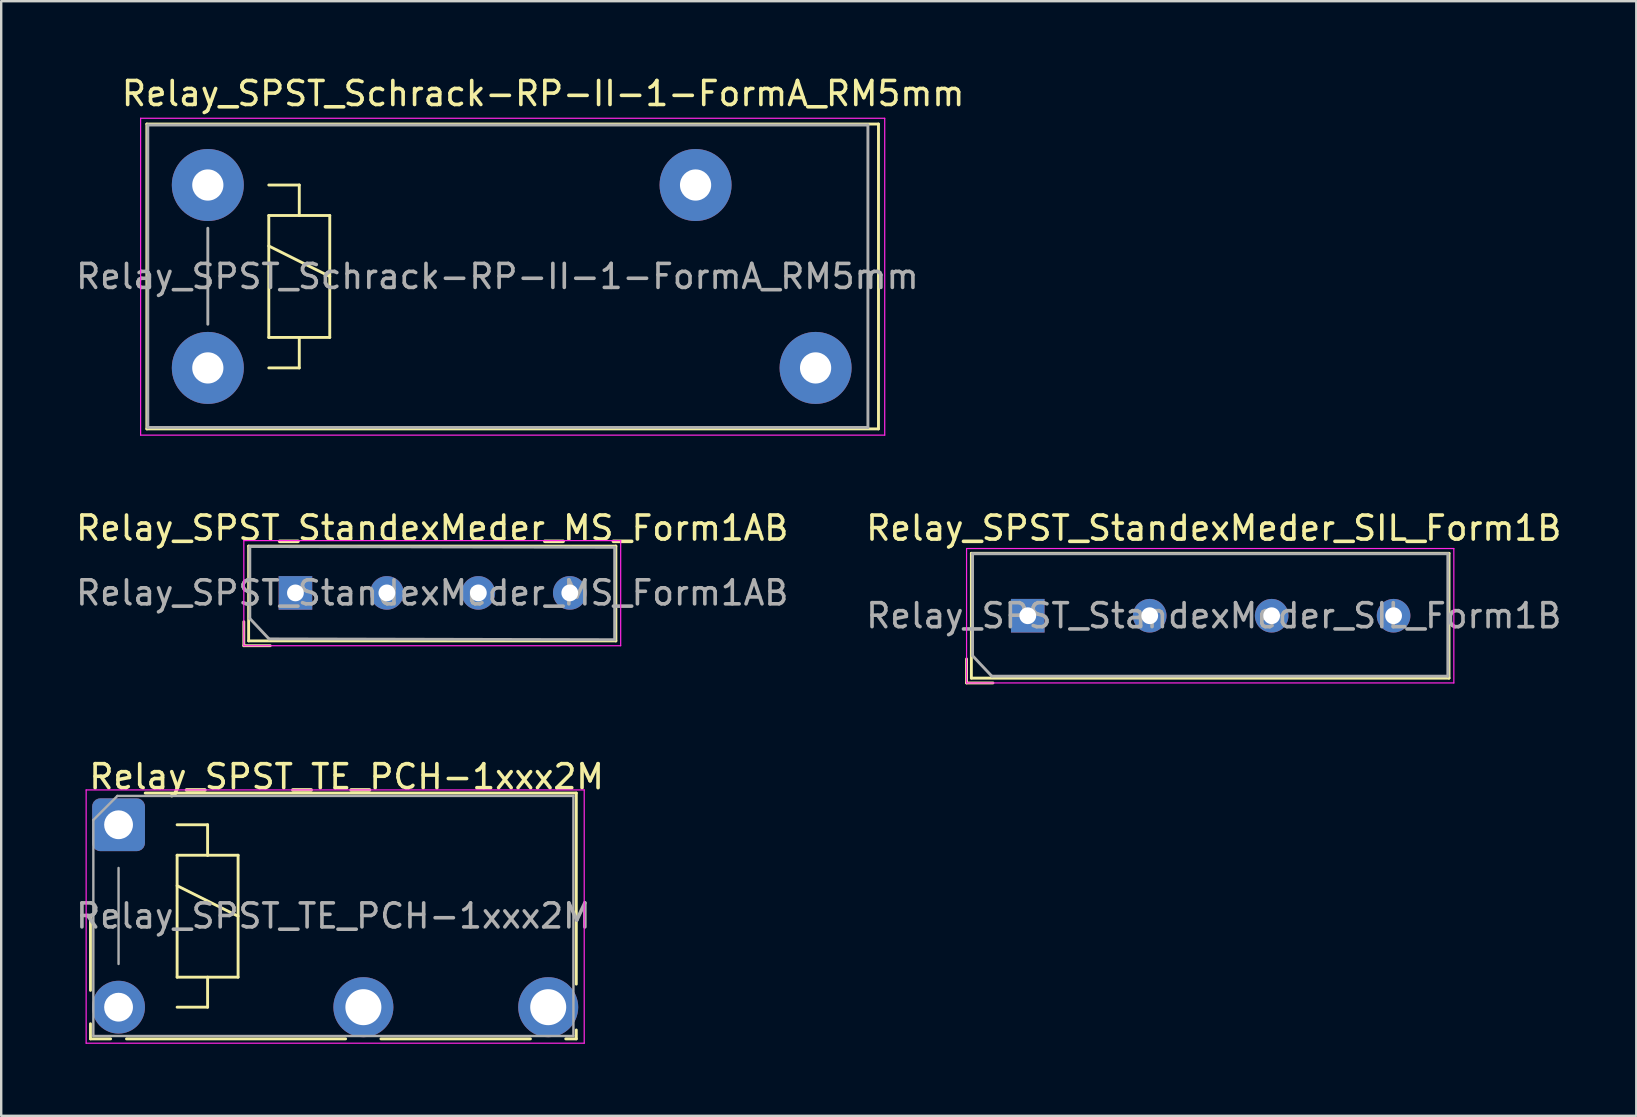
<source format=kicad_pcb>
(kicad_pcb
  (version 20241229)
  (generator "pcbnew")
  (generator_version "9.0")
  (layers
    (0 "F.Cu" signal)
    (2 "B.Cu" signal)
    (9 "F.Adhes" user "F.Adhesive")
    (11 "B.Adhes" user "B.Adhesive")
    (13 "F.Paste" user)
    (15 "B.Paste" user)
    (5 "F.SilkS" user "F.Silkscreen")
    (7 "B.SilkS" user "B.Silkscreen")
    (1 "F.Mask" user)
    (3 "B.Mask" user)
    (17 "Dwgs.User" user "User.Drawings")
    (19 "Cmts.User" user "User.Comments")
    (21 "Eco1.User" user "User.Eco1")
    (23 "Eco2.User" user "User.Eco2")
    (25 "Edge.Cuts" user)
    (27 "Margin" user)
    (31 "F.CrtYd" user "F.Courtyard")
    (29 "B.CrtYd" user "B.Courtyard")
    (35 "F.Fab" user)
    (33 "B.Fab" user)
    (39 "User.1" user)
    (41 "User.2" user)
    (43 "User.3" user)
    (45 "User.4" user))
  (footprint "Relay_SPST_StandexMeder_SIL_Form1B"
    (layer "F.Cu")
    (at 39.768 22.602)
    (property "Reference" "Relay_SPST_StandexMeder_SIL_Form1B" (at 7.75 -3.65 0) (layer "F.SilkS") (effects (font (size 1 1) (thickness 0.15))))
    (attr through_hole)
    (fp_line (start -2.55 2.8) (end -2.55 1.8) (stroke (width 0.12) (type solid)) (layer "F.SilkS"))
    (fp_line (start -2.35 -2.6) (end 17.55 -2.6) (stroke (width 0.12) (type solid)) (layer "F.SilkS"))
    (fp_line (start -2.35 2.6) (end -2.35 -2.6) (stroke (width 0.12) (type solid)) (layer "F.SilkS"))
    (fp_line (start -1.45 2.8) (end -2.55 2.8) (stroke (width 0.12) (type solid)) (layer "F.SilkS"))
    (fp_line (start 17.55 -2.6) (end 17.55 2.6) (stroke (width 0.12) (type solid)) (layer "F.SilkS"))
    (fp_line (start 17.55 2.6) (end -2.35 2.6) (stroke (width 0.12) (type solid)) (layer "F.SilkS"))
    (fp_line (start -2.55 -2.8) (end -2.55 2.8) (stroke (width 0.05) (type solid)) (layer "F.CrtYd"))
    (fp_line (start -2.55 -2.8) (end 17.75 -2.8) (stroke (width 0.05) (type solid)) (layer "F.CrtYd"))
    (fp_line (start 17.75 2.8) (end -2.55 2.8) (stroke (width 0.05) (type solid)) (layer "F.CrtYd"))
    (fp_line (start 17.75 2.8) (end 17.75 -2.8) (stroke (width 0.05) (type solid)) (layer "F.CrtYd"))
    (fp_line (start -2.3 -2.583) (end 17.5 -2.583) (stroke (width 0.12) (type solid)) (layer "F.Fab"))
    (fp_line (start -2.3 1.667) (end -2.3 -2.583) (stroke (width 0.12) (type solid)) (layer "F.Fab"))
    (fp_line (start -1.5 2.517) (end -2.3 1.667) (stroke (width 0.12) (type solid)) (layer "F.Fab"))
    (fp_line (start 17.5 -2.583) (end 17.5 2.517) (stroke (width 0.12) (type solid)) (layer "F.Fab"))
    (fp_line (start 17.5 2.517) (end -1.5 2.517) (stroke (width 0.12) (type solid)) (layer "F.Fab"))
    (fp_text user "${REFERENCE}" (at 7.75 0 0) (layer "F.Fab") (effects (font (size 1 1) (thickness 0.15))))
    (pad "1" thru_hole rect (at 0 0) (size 1.4 1.4) (drill 0.7) (layers "*.Cu" "*.Mask"))
    (pad "3" thru_hole circle (at 5.08 0) (size 1.4 1.4) (drill 0.7) (layers "*.Cu" "*.Mask"))
    (pad "5" thru_hole circle (at 10.16 0) (size 1.4 1.4) (drill 0.7) (layers "*.Cu" "*.Mask"))
    (pad "7" thru_hole circle (at 15.24 0) (size 1.4 1.4) (drill 0.7) (layers "*.Cu" "*.Mask")))
  (footprint "Relay_SPST_StandexMeder_MS_Form1AB"
    (layer "F.Cu")
    (at 9.258 21.651)
    (property "Reference" "Relay_SPST_StandexMeder_MS_Form1AB" (at 5.7 -2.7 0) (layer "F.SilkS") (effects (font (size 1 1) (thickness 0.15))))
    (attr through_hole)
    (fp_line (start -2.15 2.2) (end -2.15 1.2) (stroke (width 0.12) (type solid)) (layer "F.SilkS"))
    (fp_line (start -1.95 -1.95) (end 13.35 -1.95) (stroke (width 0.12) (type solid)) (layer "F.SilkS"))
    (fp_line (start -1.95 2) (end -1.95 -1.95) (stroke (width 0.12) (type solid)) (layer "F.SilkS"))
    (fp_line (start -1.05 2.2) (end -2.15 2.2) (stroke (width 0.12) (type solid)) (layer "F.SilkS"))
    (fp_line (start 13.35 -1.95) (end 13.35 2) (stroke (width 0.12) (type solid)) (layer "F.SilkS"))
    (fp_line (start 13.35 2) (end -1.95 2) (stroke (width 0.12) (type solid)) (layer "F.SilkS"))
    (fp_line (start -2.15 -2.18) (end -2.15 2.2) (stroke (width 0.05) (type solid)) (layer "F.CrtYd"))
    (fp_line (start -2.15 -2.18) (end 13.55 -2.18) (stroke (width 0.05) (type solid)) (layer "F.CrtYd"))
    (fp_line (start 13.55 2.2) (end -2.15 2.2) (stroke (width 0.05) (type solid)) (layer "F.CrtYd"))
    (fp_line (start 13.55 2.2) (end 13.55 -2.18) (stroke (width 0.05) (type solid)) (layer "F.CrtYd"))
    (fp_line (start -1.9 -1.933) (end 13.3 -1.9) (stroke (width 0.12) (type solid)) (layer "F.Fab"))
    (fp_line (start -1.9 1.067) (end -1.9 -1.9) (stroke (width 0.12) (type solid)) (layer "F.Fab"))
    (fp_line (start -1.1 1.917) (end -1.9 1.067) (stroke (width 0.12) (type solid)) (layer "F.Fab"))
    (fp_line (start 13.3 -1.9) (end 13.3 1.95) (stroke (width 0.12) (type solid)) (layer "F.Fab"))
    (fp_line (start 13.3 1.95) (end -1.1 1.917) (stroke (width 0.12) (type solid)) (layer "F.Fab"))
    (fp_text user "${REFERENCE}" (at 5.7 0 0) (layer "F.Fab") (effects (font (size 1 1) (thickness 0.15))))
    (pad "1" thru_hole rect (at 0 0) (size 1.4 1.4) (drill 0.7) (layers "*.Cu" "*.Mask"))
    (pad "3" thru_hole circle (at 3.81 0) (size 1.4 1.4) (drill 0.7) (layers "*.Cu" "*.Mask"))
    (pad "5" thru_hole circle (at 7.62 0) (size 1.4 1.4) (drill 0.7) (layers "*.Cu" "*.Mask"))
    (pad "7" thru_hole circle (at 11.43 0) (size 1.4 1.4) (drill 0.7) (layers "*.Cu" "*.Mask")))
  (footprint "Relay_SPST_Schrack-RP-II-1-FormA_RM5mm"
    (layer "F.Cu")
    (at 5.608 4.658)
    (property "Reference" "Relay_SPST_Schrack-RP-II-1-FormA_RM5mm" (at 13.97 -3.81 0) (layer "F.SilkS") (effects (font (size 1 1) (thickness 0.15))))
    (attr through_hole)
    (fp_line (start -2.54 -2.54) (end 27.94 -2.54) (stroke (width 0.12) (type solid)) (layer "F.SilkS"))
    (fp_line (start -2.54 10.16) (end -2.54 -2.54) (stroke (width 0.12) (type solid)) (layer "F.SilkS"))
    (fp_line (start 2.54 0) (end 3.81 0) (stroke (width 0.12) (type solid)) (layer "F.SilkS"))
    (fp_line (start 2.54 1.27) (end 3.81 1.27) (stroke (width 0.12) (type solid)) (layer "F.SilkS"))
    (fp_line (start 2.54 2.54) (end 5.08 3.81) (stroke (width 0.12) (type solid)) (layer "F.SilkS"))
    (fp_line (start 2.54 6.35) (end 2.54 1.27) (stroke (width 0.12) (type solid)) (layer "F.SilkS"))
    (fp_line (start 3.81 0) (end 3.81 1.27) (stroke (width 0.12) (type solid)) (layer "F.SilkS"))
    (fp_line (start 3.81 1.27) (end 5.08 1.27) (stroke (width 0.12) (type solid)) (layer "F.SilkS"))
    (fp_line (start 3.81 6.35) (end 3.81 7.62) (stroke (width 0.12) (type solid)) (layer "F.SilkS"))
    (fp_line (start 3.81 7.62) (end 2.54 7.62) (stroke (width 0.12) (type solid)) (layer "F.SilkS"))
    (fp_line (start 5.08 1.27) (end 5.08 6.35) (stroke (width 0.12) (type solid)) (layer "F.SilkS"))
    (fp_line (start 5.08 6.35) (end 2.54 6.35) (stroke (width 0.12) (type solid)) (layer "F.SilkS"))
    (fp_line (start 27.94 -2.54) (end 27.94 10.16) (stroke (width 0.12) (type solid)) (layer "F.SilkS"))
    (fp_line (start 27.94 10.16) (end -2.54 10.16) (stroke (width 0.12) (type solid)) (layer "F.SilkS"))
    (fp_line (start -2.8 -2.78) (end 28.2 -2.78) (stroke (width 0.05) (type solid)) (layer "F.CrtYd"))
    (fp_line (start -2.8 10.42) (end -2.8 -2.78) (stroke (width 0.05) (type solid)) (layer "F.CrtYd"))
    (fp_line (start 28.2 -2.78) (end 28.2 10.42) (stroke (width 0.05) (type solid)) (layer "F.CrtYd"))
    (fp_line (start 28.2 10.42) (end -2.8 10.42) (stroke (width 0.05) (type solid)) (layer "F.CrtYd"))
    (fp_line (start -2.5 -2.5) (end 27.5 -2.5) (stroke (width 0.12) (type solid)) (layer "F.Fab"))
    (fp_line (start -2.5 10.1) (end -2.5 -2.5) (stroke (width 0.12) (type solid)) (layer "F.Fab"))
    (fp_line (start 0 1.8) (end 0 5.8) (stroke (width 0.12) (type solid)) (layer "F.Fab"))
    (fp_line (start 27.5 -2.5) (end 27.5 10.1) (stroke (width 0.12) (type solid)) (layer "F.Fab"))
    (fp_line (start 27.5 10.1) (end -2.5 10.1) (stroke (width 0.12) (type solid)) (layer "F.Fab"))
    (fp_text user "${REFERENCE}" (at 12.065 3.81 0) (layer "F.Fab") (effects (font (size 1 1) (thickness 0.15))))
    (pad "11" thru_hole circle (at 20.32 0) (size 3 3) (drill 1.3) (layers "*.Cu" "*.Mask"))
    (pad "14" thru_hole circle (at 25.32 7.62) (size 3 3) (drill 1.3) (layers "*.Cu" "*.Mask"))
    (pad "A1" thru_hole circle (at 0 0) (size 3 3) (drill 1.3) (layers "*.Cu" "*.Mask"))
    (pad "A2" thru_hole circle (at 0 7.62) (size 3 3) (drill 1.3) (layers "*.Cu" "*.Mask")))
  (footprint "Relay_SPST_TE_PCH-1xxx2M"
    (layer "F.Cu")
    (at 1.889 31.31)
    (property "Reference" "Relay_SPST_TE_PCH-1xxx2M" (at 9.5 -2 0) (layer "F.SilkS") (effects (font (size 1 1) (thickness 0.15))))
    (attr through_hole)
    (fp_line (start -1.17 3.8) (end -1.17 6.9) (stroke (width 0.12) (type solid)) (layer "F.SilkS"))
    (fp_line (start -1.17 8.29) (end -1.17 8.92) (stroke (width 0.12) (type solid)) (layer "F.SilkS"))
    (fp_line (start -0.33 8.92) (end -1.17 8.92) (stroke (width 0.12) (type solid)) (layer "F.SilkS"))
    (fp_line (start 2.44 0) (end 3.71 0) (stroke (width 0.12) (type solid)) (layer "F.SilkS"))
    (fp_line (start 2.44 1.27) (end 3.71 1.27) (stroke (width 0.12) (type solid)) (layer "F.SilkS"))
    (fp_line (start 2.44 2.54) (end 4.98 3.81) (stroke (width 0.12) (type solid)) (layer "F.SilkS"))
    (fp_line (start 2.44 6.35) (end 2.44 1.27) (stroke (width 0.12) (type solid)) (layer "F.SilkS"))
    (fp_line (start 3.71 0) (end 3.71 1.27) (stroke (width 0.12) (type solid)) (layer "F.SilkS"))
    (fp_line (start 3.71 1.27) (end 4.98 1.27) (stroke (width 0.12) (type solid)) (layer "F.SilkS"))
    (fp_line (start 3.71 6.35) (end 3.71 7.6) (stroke (width 0.12) (type solid)) (layer "F.SilkS"))
    (fp_line (start 3.71 7.6) (end 2.44 7.6) (stroke (width 0.12) (type solid)) (layer "F.SilkS"))
    (fp_line (start 4.98 1.27) (end 4.98 6.35) (stroke (width 0.12) (type solid)) (layer "F.SilkS"))
    (fp_line (start 4.98 6.35) (end 2.44 6.35) (stroke (width 0.12) (type solid)) (layer "F.SilkS"))
    (fp_line (start 9.46 8.92) (end 0.33 8.92) (stroke (width 0.12) (type solid)) (layer "F.SilkS"))
    (fp_line (start 17.16 8.92) (end 10.93 8.92) (stroke (width 0.12) (type solid)) (layer "F.SilkS"))
    (fp_line (start 19.07 -1.32) (end 1.11 -1.32) (stroke (width 0.12) (type solid)) (layer "F.SilkS"))
    (fp_line (start 19.07 -1.32) (end 19.07 6.64) (stroke (width 0.12) (type solid)) (layer "F.SilkS"))
    (fp_line (start 19.07 8.92) (end 18.63 8.92) (stroke (width 0.12) (type solid)) (layer "F.SilkS"))
    (fp_line (start 19.07 8.92) (end 19.07 8.55) (stroke (width 0.12) (type solid)) (layer "F.SilkS"))
    (fp_line (start -1.35 -1.45) (end 19.4 -1.45) (stroke (width 0.05) (type solid)) (layer "F.CrtYd"))
    (fp_line (start -1.35 9.1) (end -1.35 -1.45) (stroke (width 0.05) (type solid)) (layer "F.CrtYd"))
    (fp_line (start 19.4 -1.45) (end 19.4 9.1) (stroke (width 0.05) (type solid)) (layer "F.CrtYd"))
    (fp_line (start 19.4 9.1) (end -1.35 9.1) (stroke (width 0.05) (type solid)) (layer "F.CrtYd"))
    (fp_line (start -1.05 8.8) (end -1.05 -0.2) (stroke (width 0.1) (type solid)) (layer "F.Fab"))
    (fp_line (start -0.05 -1.2) (end -1.05 -0.2) (stroke (width 0.1) (type solid)) (layer "F.Fab"))
    (fp_line (start -0.05 -1.2) (end 18.95 -1.2) (stroke (width 0.1) (type solid)) (layer "F.Fab"))
    (fp_line (start 0 1.8) (end 0 5.8) (stroke (width 0.1) (type solid)) (layer "F.Fab"))
    (fp_line (start 18.95 -1.2) (end 18.95 8.8) (stroke (width 0.1) (type solid)) (layer "F.Fab"))
    (fp_line (start 18.95 8.8) (end -1.05 8.8) (stroke (width 0.1) (type solid)) (layer "F.Fab"))
    (fp_text user "${REFERENCE}" (at 8.95 3.8 0) (layer "F.Fab") (effects (font (size 1 1) (thickness 0.15))))
    (pad "1" thru_hole roundrect (at 0 0) (size 2.2 2.2) (drill 1.2) (layers "*.Cu" "*.Mask") (roundrect_rratio 0.155))
    (pad "2" thru_hole circle (at 10.2 7.6) (size 2.5 2.5) (drill 1.5) (layers "*.Cu" "*.Mask"))
    (pad "3" thru_hole circle (at 17.9 7.6) (size 2.5 2.5) (drill 1.5) (layers "*.Cu" "*.Mask"))
    (pad "5" thru_hole circle (at 0 7.6) (size 2.2 2.2) (drill 1.2) (layers "*.Cu" "*.Mask")))
  (gr_rect
    (start -3 -3)
    (end 65.119 43.435)
    (stroke (width 0.1) (type default))
    (fill no)
    (layer "Edge.Cuts")))
</source>
